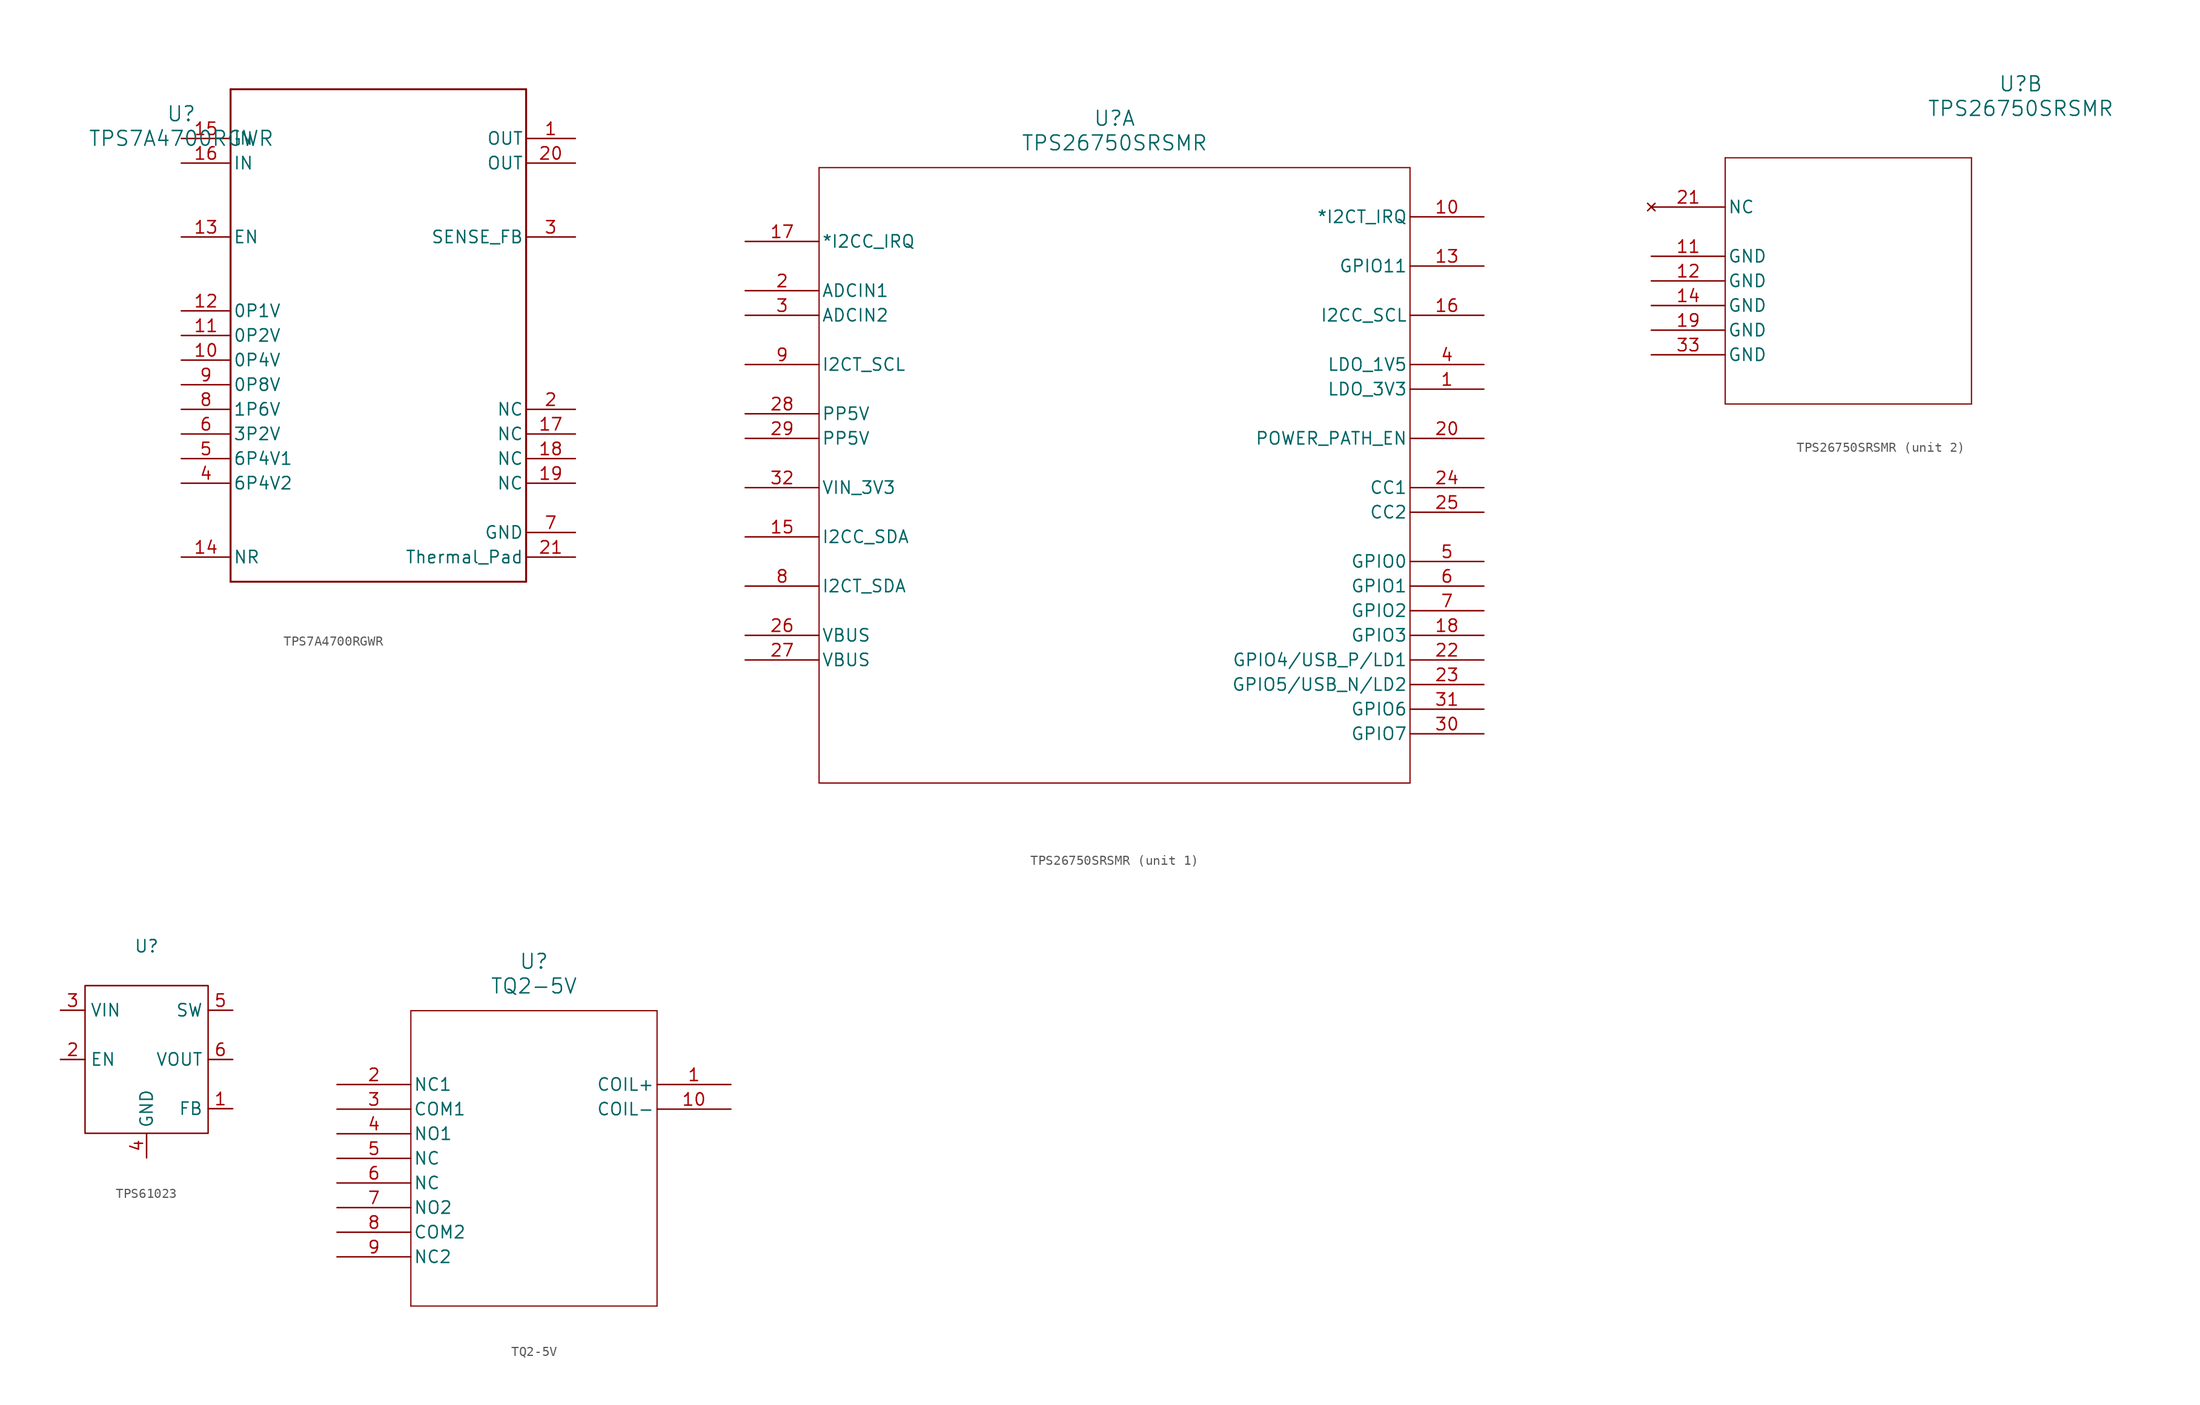
<source format=kicad_sym>
(kicad_symbol_lib
  (version 20241209)
  (generator "kicad_symbol_editor")
  (generator_version "9.0")
  (symbol "TPS7A4700RGWR"
    (pin_names
      (offset 0.254))
    (property "Reference" "U"
      (at 0 2.54 0)
      (effects (font (size 1.524 1.524))))
    (property "Value" "TPS7A4700RGWR"
      (at 0 0 0)
      (effects (font (size 1.524 1.524))))
    (property "ki_locked" ""
      (at 0 0 0)
      (effects (font (size 1.27 1.27))))
    (symbol "TPS7A4700RGWR_0_1"
      (polyline (pts (xy 5.08 5.08) (xy 5.08 -45.72)) (stroke (width 0.203) (type default)) (fill (type none)))
      (polyline (pts (xy 5.08 -45.72) (xy 35.56 -45.72)) (stroke (width 0.203) (type default)) (fill (type none)))
      (polyline (pts (xy 35.56 5.08) (xy 5.08 5.08)) (stroke (width 0.203) (type default)) (fill (type none)))
      (polyline (pts (xy 35.56 -45.72) (xy 35.56 5.08)) (stroke (width 0.203) (type default)) (fill (type none)))
      (pin power_in line (at 0 0 0) (length 5.08) (name "IN" (effects (font (size 1.27 1.27)))) (number "15" (effects (font (size 1.27 1.27)))))
      (pin power_in line (at 0 -2.54 0) (length 5.08) (name "IN" (effects (font (size 1.27 1.27)))) (number "16" (effects (font (size 1.27 1.27)))))
      (pin input line (at 0 -10.16 0) (length 5.08) (name "EN" (effects (font (size 1.27 1.27)))) (number "13" (effects (font (size 1.27 1.27)))))
      (pin unspecified line (at 0 -17.78 0) (length 5.08) (name "0P1V" (effects (font (size 1.27 1.27)))) (number "12" (effects (font (size 1.27 1.27)))))
      (pin unspecified line (at 0 -20.32 0) (length 5.08) (name "0P2V" (effects (font (size 1.27 1.27)))) (number "11" (effects (font (size 1.27 1.27)))))
      (pin unspecified line (at 0 -22.86 0) (length 5.08) (name "0P4V" (effects (font (size 1.27 1.27)))) (number "10" (effects (font (size 1.27 1.27)))))
      (pin unspecified line (at 0 -25.4 0) (length 5.08) (name "0P8V" (effects (font (size 1.27 1.27)))) (number "9" (effects (font (size 1.27 1.27)))))
      (pin unspecified line (at 0 -27.94 0) (length 5.08) (name "1P6V" (effects (font (size 1.27 1.27)))) (number "8" (effects (font (size 1.27 1.27)))))
      (pin unspecified line (at 0 -30.48 0) (length 5.08) (name "3P2V" (effects (font (size 1.27 1.27)))) (number "6" (effects (font (size 1.27 1.27)))))
      (pin unspecified line (at 0 -33.02 0) (length 5.08) (name "6P4V1" (effects (font (size 1.27 1.27)))) (number "5" (effects (font (size 1.27 1.27)))))
      (pin unspecified line (at 0 -35.56 0) (length 5.08) (name "6P4V2" (effects (font (size 1.27 1.27)))) (number "4" (effects (font (size 1.27 1.27)))))
      (pin unspecified line (at 0 -43.18 0) (length 5.08) (name "NR" (effects (font (size 1.27 1.27)))) (number "14" (effects (font (size 1.27 1.27)))))
      (pin power_in line (at 40.64 0 180) (length 5.08) (name "OUT" (effects (font (size 1.27 1.27)))) (number "1" (effects (font (size 1.27 1.27)))))
      (pin power_in line (at 40.64 -2.54 180) (length 5.08) (name "OUT" (effects (font (size 1.27 1.27)))) (number "20" (effects (font (size 1.27 1.27)))))
      (pin unspecified line (at 40.64 -10.16 180) (length 5.08) (name "SENSE_FB" (effects (font (size 1.27 1.27)))) (number "3" (effects (font (size 1.27 1.27)))))
      (pin unspecified line (at 40.64 -27.94 180) (length 5.08) (name "NC" (effects (font (size 1.27 1.27)))) (number "2" (effects (font (size 1.27 1.27)))))
      (pin unspecified line (at 40.64 -30.48 180) (length 5.08) (name "NC" (effects (font (size 1.27 1.27)))) (number "17" (effects (font (size 1.27 1.27)))))
      (pin unspecified line (at 40.64 -33.02 180) (length 5.08) (name "NC" (effects (font (size 1.27 1.27)))) (number "18" (effects (font (size 1.27 1.27)))))
      (pin unspecified line (at 40.64 -35.56 180) (length 5.08) (name "NC" (effects (font (size 1.27 1.27)))) (number "19" (effects (font (size 1.27 1.27)))))
      (pin power_in line (at 40.64 -40.64 180) (length 5.08) (name "GND" (effects (font (size 1.27 1.27)))) (number "7" (effects (font (size 1.27 1.27)))))
      (pin power_in line (at 40.64 -43.18 180) (length 5.08) (name "Thermal_Pad" (effects (font (size 1.27 1.27)))) (number "21" (effects (font (size 1.27 1.27)))))))
  (symbol "TPS26750SRSMR"
    (pin_names
      (offset 0.254))
    (property "Reference" "U"
      (at 38.1 12.7 0)
      (effects (font (size 1.524 1.524))))
    (property "Value" "TPS26750SRSMR"
      (at 38.1 10.16 0)
      (effects (font (size 1.524 1.524))))
    (property "ki_locked" ""
      (at 0 0 0)
      (effects (font (size 1.27 1.27))))
    (symbol "TPS26750SRSMR_1_1"
      (polyline (pts (xy 7.62 7.62) (xy 7.62 -55.88)) (stroke (width 0.127) (type default)) (fill (type none)))
      (polyline (pts (xy 7.62 -55.88) (xy 68.58 -55.88)) (stroke (width 0.127) (type default)) (fill (type none)))
      (polyline (pts (xy 68.58 7.62) (xy 7.62 7.62)) (stroke (width 0.127) (type default)) (fill (type none)))
      (polyline (pts (xy 68.58 -55.88) (xy 68.58 7.62)) (stroke (width 0.127) (type default)) (fill (type none)))
      (pin input line (at 0 0 0) (length 7.62) (name "*I2CC_IRQ" (effects (font (size 1.27 1.27)))) (number "17" (effects (font (size 1.27 1.27)))))
      (pin input line (at 0 -5.08 0) (length 7.62) (name "ADCIN1" (effects (font (size 1.27 1.27)))) (number "2" (effects (font (size 1.27 1.27)))))
      (pin input line (at 0 -7.62 0) (length 7.62) (name "ADCIN2" (effects (font (size 1.27 1.27)))) (number "3" (effects (font (size 1.27 1.27)))))
      (pin input line (at 0 -12.7 0) (length 7.62) (name "I2CT_SCL" (effects (font (size 1.27 1.27)))) (number "9" (effects (font (size 1.27 1.27)))))
      (pin input line (at 0 -17.78 0) (length 7.62) (name "PP5V" (effects (font (size 1.27 1.27)))) (number "28" (effects (font (size 1.27 1.27)))))
      (pin input line (at 0 -20.32 0) (length 7.62) (name "PP5V" (effects (font (size 1.27 1.27)))) (number "29" (effects (font (size 1.27 1.27)))))
      (pin input line (at 0 -25.4 0) (length 7.62) (name "VIN_3V3" (effects (font (size 1.27 1.27)))) (number "32" (effects (font (size 1.27 1.27)))))
      (pin bidirectional line (at 0 -30.48 0) (length 7.62) (name "I2CC_SDA" (effects (font (size 1.27 1.27)))) (number "15" (effects (font (size 1.27 1.27)))))
      (pin bidirectional line (at 0 -35.56 0) (length 7.62) (name "I2CT_SDA" (effects (font (size 1.27 1.27)))) (number "8" (effects (font (size 1.27 1.27)))))
      (pin bidirectional line (at 0 -40.64 0) (length 7.62) (name "VBUS" (effects (font (size 1.27 1.27)))) (number "26" (effects (font (size 1.27 1.27)))))
      (pin bidirectional line (at 0 -43.18 0) (length 7.62) (name "VBUS" (effects (font (size 1.27 1.27)))) (number "27" (effects (font (size 1.27 1.27)))))
      (pin output line (at 76.2 2.54 180) (length 7.62) (name "*I2CT_IRQ" (effects (font (size 1.27 1.27)))) (number "10" (effects (font (size 1.27 1.27)))))
      (pin output line (at 76.2 -2.54 180) (length 7.62) (name "GPIO11" (effects (font (size 1.27 1.27)))) (number "13" (effects (font (size 1.27 1.27)))))
      (pin output line (at 76.2 -7.62 180) (length 7.62) (name "I2CC_SCL" (effects (font (size 1.27 1.27)))) (number "16" (effects (font (size 1.27 1.27)))))
      (pin output line (at 76.2 -12.7 180) (length 7.62) (name "LDO_1V5" (effects (font (size 1.27 1.27)))) (number "4" (effects (font (size 1.27 1.27)))))
      (pin output line (at 76.2 -15.24 180) (length 7.62) (name "LDO_3V3" (effects (font (size 1.27 1.27)))) (number "1" (effects (font (size 1.27 1.27)))))
      (pin output line (at 76.2 -20.32 180) (length 7.62) (name "POWER_PATH_EN" (effects (font (size 1.27 1.27)))) (number "20" (effects (font (size 1.27 1.27)))))
      (pin bidirectional line (at 76.2 -25.4 180) (length 7.62) (name "CC1" (effects (font (size 1.27 1.27)))) (number "24" (effects (font (size 1.27 1.27)))))
      (pin bidirectional line (at 76.2 -27.94 180) (length 7.62) (name "CC2" (effects (font (size 1.27 1.27)))) (number "25" (effects (font (size 1.27 1.27)))))
      (pin bidirectional line (at 76.2 -33.02 180) (length 7.62) (name "GPIO0" (effects (font (size 1.27 1.27)))) (number "5" (effects (font (size 1.27 1.27)))))
      (pin bidirectional line (at 76.2 -35.56 180) (length 7.62) (name "GPIO1" (effects (font (size 1.27 1.27)))) (number "6" (effects (font (size 1.27 1.27)))))
      (pin bidirectional line (at 76.2 -38.1 180) (length 7.62) (name "GPIO2" (effects (font (size 1.27 1.27)))) (number "7" (effects (font (size 1.27 1.27)))))
      (pin bidirectional line (at 76.2 -40.64 180) (length 7.62) (name "GPIO3" (effects (font (size 1.27 1.27)))) (number "18" (effects (font (size 1.27 1.27)))))
      (pin bidirectional line (at 76.2 -43.18 180) (length 7.62) (name "GPIO4/USB_P/LD1" (effects (font (size 1.27 1.27)))) (number "22" (effects (font (size 1.27 1.27)))))
      (pin bidirectional line (at 76.2 -45.72 180) (length 7.62) (name "GPIO5/USB_N/LD2" (effects (font (size 1.27 1.27)))) (number "23" (effects (font (size 1.27 1.27)))))
      (pin bidirectional line (at 76.2 -48.26 180) (length 7.62) (name "GPIO6" (effects (font (size 1.27 1.27)))) (number "31" (effects (font (size 1.27 1.27)))))
      (pin bidirectional line (at 76.2 -50.8 180) (length 7.62) (name "GPIO7" (effects (font (size 1.27 1.27)))) (number "30" (effects (font (size 1.27 1.27))))))
    (symbol "TPS26750SRSMR_2_1"
      (polyline (pts (xy 7.62 5.08) (xy 7.62 -20.32)) (stroke (width 0.127) (type default)) (fill (type none)))
      (polyline (pts (xy 7.62 -20.32) (xy 33.02 -20.32)) (stroke (width 0.127) (type default)) (fill (type none)))
      (polyline (pts (xy 33.02 5.08) (xy 7.62 5.08)) (stroke (width 0.127) (type default)) (fill (type none)))
      (polyline (pts (xy 33.02 -20.32) (xy 33.02 5.08)) (stroke (width 0.127) (type default)) (fill (type none)))
      (pin no_connect line (at 0 0 0) (length 7.62) (name "NC" (effects (font (size 1.27 1.27)))) (number "21" (effects (font (size 1.27 1.27)))))
      (pin power_out line (at 0 -5.08 0) (length 7.62) (name "GND" (effects (font (size 1.27 1.27)))) (number "11" (effects (font (size 1.27 1.27)))))
      (pin power_out line (at 0 -7.62 0) (length 7.62) (name "GND" (effects (font (size 1.27 1.27)))) (number "12" (effects (font (size 1.27 1.27)))))
      (pin power_out line (at 0 -10.16 0) (length 7.62) (name "GND" (effects (font (size 1.27 1.27)))) (number "14" (effects (font (size 1.27 1.27)))))
      (pin power_out line (at 0 -12.7 0) (length 7.62) (name "GND" (effects (font (size 1.27 1.27)))) (number "19" (effects (font (size 1.27 1.27)))))
      (pin power_out line (at 0 -15.24 0) (length 7.62) (name "GND" (effects (font (size 1.27 1.27)))) (number "33" (effects (font (size 1.27 1.27)))))))
  (symbol "TPS61023"
    (property "Reference" "U"
      (at 0 7.874 0)
      (effects (font (size 1.27 1.27))))
    (property "Value" ""
      (at 0 0 0)
      (effects (font (size 1.27 1.27))))
    (symbol "TPS61023_0_1"
      (rectangle (start -6.35 3.81) (end 6.35 -11.43) (stroke (width 0) (type default)) (fill (type none))))
    (symbol "TPS61023_1_1"
      (pin power_in line (at -8.89 1.27 0) (length 2.54) (name "VIN" (effects (font (size 1.27 1.27)))) (number "3" (effects (font (size 1.27 1.27)))))
      (pin input line (at -8.89 -3.81 0) (length 2.54) (name "EN" (effects (font (size 1.27 1.27)))) (number "2" (effects (font (size 1.27 1.27)))))
      (pin passive line (at 0 -13.97 90) (length 2.54) (name "GND" (effects (font (size 1.27 1.27)))) (number "4" (effects (font (size 1.27 1.27)))))
      (pin output line (at 8.89 1.27 180) (length 2.54) (name "SW" (effects (font (size 1.27 1.27)))) (number "5" (effects (font (size 1.27 1.27)))))
      (pin power_out line (at 8.89 -3.81 180) (length 2.54) (name "VOUT" (effects (font (size 1.27 1.27)))) (number "6" (effects (font (size 1.27 1.27)))))
      (pin input line (at 8.89 -8.89 180) (length 2.54) (name "FB" (effects (font (size 1.27 1.27)))) (number "1" (effects (font (size 1.27 1.27)))))))
  (symbol "TQ2-5V"
    (pin_names
      (offset 0.254))
    (property "Reference" "U"
      (at 20.32 12.7 0)
      (effects (font (size 1.524 1.524))))
    (property "Value" "TQ2-5V"
      (at 20.32 10.16 0)
      (effects (font (size 1.524 1.524))))
    (property "ki_locked" ""
      (at 0 0 0)
      (effects (font (size 1.27 1.27))))
    (symbol "TQ2-5V_0_1"
      (polyline (pts (xy 7.62 7.62) (xy 7.62 -22.86)) (stroke (width 0.127) (type default)) (fill (type none)))
      (polyline (pts (xy 7.62 -22.86) (xy 33.02 -22.86)) (stroke (width 0.127) (type default)) (fill (type none)))
      (polyline (pts (xy 33.02 7.62) (xy 7.62 7.62)) (stroke (width 0.127) (type default)) (fill (type none)))
      (polyline (pts (xy 33.02 -22.86) (xy 33.02 7.62)) (stroke (width 0.127) (type default)) (fill (type none))))
    (symbol "TQ2-5V_1_1"
      (pin unspecified line (at 0 0 0) (length 7.62) (name "NC1" (effects (font (size 1.27 1.27)))) (number "2" (effects (font (size 1.27 1.27)))))
      (pin unspecified line (at 0 -2.54 0) (length 7.62) (name "COM1" (effects (font (size 1.27 1.27)))) (number "3" (effects (font (size 1.27 1.27)))))
      (pin unspecified line (at 0 -5.08 0) (length 7.62) (name "NO1" (effects (font (size 1.27 1.27)))) (number "4" (effects (font (size 1.27 1.27)))))
      (pin unspecified line (at 0 -7.62 0) (length 7.62) (name "NC" (effects (font (size 1.27 1.27)))) (number "5" (effects (font (size 1.27 1.27)))))
      (pin unspecified line (at 0 -10.16 0) (length 7.62) (name "NC" (effects (font (size 1.27 1.27)))) (number "6" (effects (font (size 1.27 1.27)))))
      (pin unspecified line (at 0 -12.7 0) (length 7.62) (name "NO2" (effects (font (size 1.27 1.27)))) (number "7" (effects (font (size 1.27 1.27)))))
      (pin unspecified line (at 0 -15.24 0) (length 7.62) (name "COM2" (effects (font (size 1.27 1.27)))) (number "8" (effects (font (size 1.27 1.27)))))
      (pin unspecified line (at 0 -17.78 0) (length 7.62) (name "NC2" (effects (font (size 1.27 1.27)))) (number "9" (effects (font (size 1.27 1.27)))))
      (pin unspecified line (at 40.64 0 180) (length 7.62) (name "COIL+" (effects (font (size 1.27 1.27)))) (number "1" (effects (font (size 1.27 1.27)))))
      (pin unspecified line (at 40.64 -2.54 180) (length 7.62) (name "COIL-" (effects (font (size 1.27 1.27)))) (number "10" (effects (font (size 1.27 1.27))))))))
</source>
